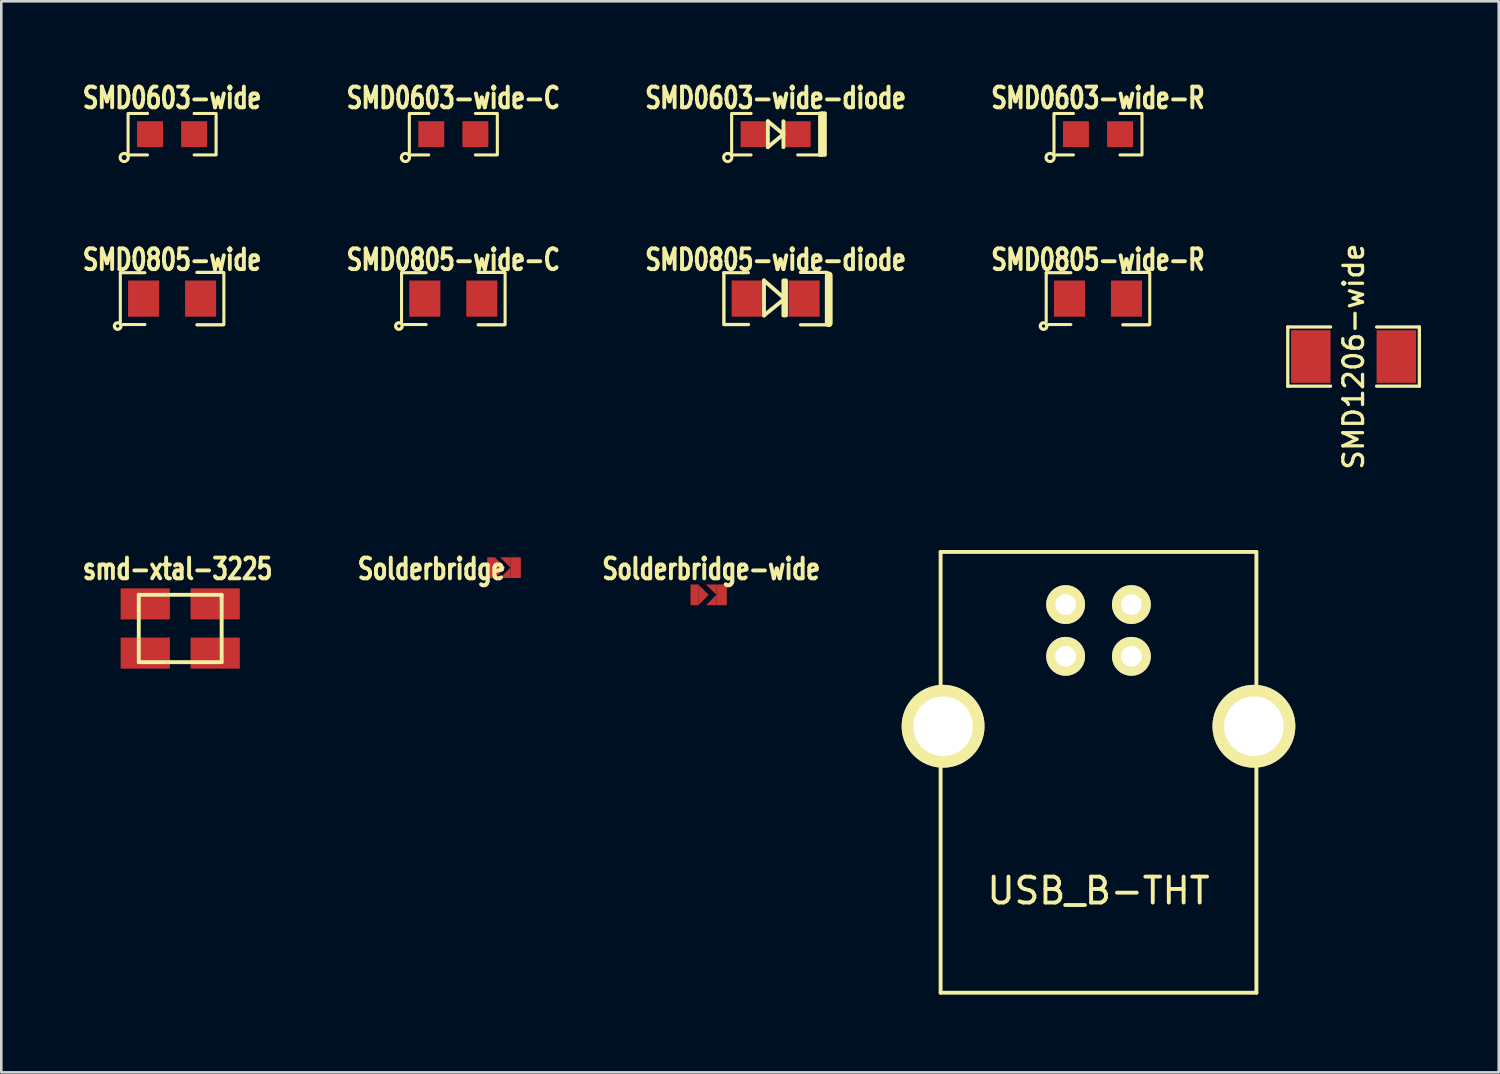
<source format=kicad_pcb>
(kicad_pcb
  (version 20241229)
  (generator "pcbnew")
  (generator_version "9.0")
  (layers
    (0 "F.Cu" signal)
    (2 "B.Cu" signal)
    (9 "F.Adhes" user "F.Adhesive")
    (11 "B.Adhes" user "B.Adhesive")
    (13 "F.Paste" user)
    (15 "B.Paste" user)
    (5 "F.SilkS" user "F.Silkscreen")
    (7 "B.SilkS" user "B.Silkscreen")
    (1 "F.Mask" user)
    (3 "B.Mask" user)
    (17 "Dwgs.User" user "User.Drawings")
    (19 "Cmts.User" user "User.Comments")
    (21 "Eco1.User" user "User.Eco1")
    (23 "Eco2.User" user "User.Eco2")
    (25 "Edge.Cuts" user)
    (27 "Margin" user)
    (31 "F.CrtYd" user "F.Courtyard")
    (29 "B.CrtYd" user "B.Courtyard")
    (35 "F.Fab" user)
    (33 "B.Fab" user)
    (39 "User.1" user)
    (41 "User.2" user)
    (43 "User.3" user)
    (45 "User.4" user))
  (footprint "SMD0603-wide-diode"
    (layer "F.Cu")
    (at 26.896 2.131)
    (property "Reference" "SMD0603-wide-diode" (at 0 -1.4 0) (layer "F.SilkS") (effects (font (size 0.8 0.6) (thickness 0.15))))
    (attr smd)
    (fp_line (start -1.702 0.8) (end -0.95 0.8) (stroke (width 0.119) (type solid)) (layer "F.SilkS"))
    (fp_line (start -1.699 -0.749) (end -1.699 0.701) (stroke (width 0.119) (type solid)) (layer "F.SilkS"))
    (fp_line (start -0.947 -0.8) (end -1.699 -0.8) (stroke (width 0.119) (type solid)) (layer "F.SilkS"))
    (fp_line (start -0.3 -0.5) (end -0.3 0.5) (stroke (width 0.15) (type solid)) (layer "F.SilkS"))
    (fp_line (start -0.3 0.5) (end 0.3 0) (stroke (width 0.15) (type solid)) (layer "F.SilkS"))
    (fp_line (start 0.3 -0.5) (end 0.3 0.5) (stroke (width 0.15) (type solid)) (layer "F.SilkS"))
    (fp_line (start 0.3 0) (end -0.3 -0.5) (stroke (width 0.15) (type solid)) (layer "F.SilkS"))
    (fp_line (start 0.851 -0.8) (end 1.651 -0.8) (stroke (width 0.119) (type solid)) (layer "F.SilkS"))
    (fp_line (start 1.651 0.8) (end 0.851 0.8) (stroke (width 0.119) (type solid)) (layer "F.SilkS"))
    (fp_line (start 1.699 -0.8) (end 1.699 0.8) (stroke (width 0.119) (type solid)) (layer "F.SilkS"))
    (fp_line (start 1.7 -0.8) (end 1.8 -0.8) (stroke (width 0.15) (type solid)) (layer "F.SilkS"))
    (fp_line (start 1.8 -0.8) (end 1.8 0.8) (stroke (width 0.15) (type solid)) (layer "F.SilkS"))
    (fp_line (start 1.8 -0.8) (end 1.9 -0.8) (stroke (width 0.15) (type solid)) (layer "F.SilkS"))
    (fp_line (start 1.8 0.8) (end 1.7 0.8) (stroke (width 0.15) (type solid)) (layer "F.SilkS"))
    (fp_line (start 1.9 -0.8) (end 1.9 0.8) (stroke (width 0.15) (type solid)) (layer "F.SilkS"))
    (fp_circle (center -1.849 0.899) (end -1.699 0.851) (stroke (width 0.119) (type solid)) (fill no) (layer "F.SilkS"))
    (pad "1" smd rect (at 0.851 0) (size 1.001 1.001) (layers "F.Cu" "F.Mask" "F.Paste"))
    (pad "2" smd rect (at -0.851 0) (size 1.001 1.001) (layers "F.Cu" "F.Mask" "F.Paste")))
  (footprint "USB_B-THT"
    (layer "F.Cu")
    (at 39.361 24.99)
    (property "Reference" "USB_B-THT" (at 0 6.35 0) (layer "F.SilkS") (effects (font (size 1 1) (thickness 0.15))))
    (attr through_hole)
    (fp_line (start -6.096 -6.731) (end -6.096 10.287) (stroke (width 0.15) (type solid)) (layer "F.SilkS"))
    (fp_line (start -6.096 10.287) (end 6.096 10.287) (stroke (width 0.15) (type solid)) (layer "F.SilkS"))
    (fp_line (start 6.096 -6.731) (end -6.096 -6.731) (stroke (width 0.15) (type solid)) (layer "F.SilkS"))
    (fp_line (start 6.096 10.287) (end 6.096 -6.731) (stroke (width 0.15) (type solid)) (layer "F.SilkS"))
    (pad "1" thru_hole circle (at 1.27 -4.699) (size 1.5 1.5) (drill 0.8) (layers "*.Cu" "*.Mask" "F.SilkS"))
    (pad "2" thru_hole circle (at -1.27 -4.699) (size 1.5 1.5) (drill 0.8) (layers "*.Cu" "*.Mask" "F.SilkS"))
    (pad "3" thru_hole circle (at -1.27 -2.7) (size 1.5 1.5) (drill 0.8) (layers "*.Cu" "*.Mask" "F.SilkS"))
    (pad "4" thru_hole circle (at 1.27 -2.7) (size 1.5 1.5) (drill 0.8) (layers "*.Cu" "*.Mask" "F.SilkS"))
    (pad "5" thru_hole circle (at -6 0) (size 3.2 3.2) (drill 2.3) (layers "*.Cu" "*.Mask" "F.SilkS"))
    (pad "5" thru_hole circle (at 6 0) (size 3.2 3.2) (drill 2.3) (layers "*.Cu" "*.Mask" "F.SilkS")))
  (footprint "smd-xtal-3225"
    (layer "F.Cu")
    (at 3.908 21.215)
    (property "Reference" "smd-xtal-3225" (at -0.1 -2.3 0) (layer "F.SilkS") (effects (font (size 0.8 0.6) (thickness 0.15))))
    (attr through_hole)
    (fp_line (start -1.6 -1.3) (end 1.6 -1.3) (stroke (width 0.15) (type solid)) (layer "F.SilkS"))
    (fp_line (start -1.6 1.3) (end -1.6 -1.3) (stroke (width 0.15) (type solid)) (layer "F.SilkS"))
    (fp_line (start 1.6 -1.3) (end 1.6 1.3) (stroke (width 0.15) (type solid)) (layer "F.SilkS"))
    (fp_line (start 1.6 1.3) (end -1.6 1.3) (stroke (width 0.15) (type solid)) (layer "F.SilkS"))
    (pad "1" smd rect (at -1.35 0.95) (size 1.9 1.2) (layers "F.Cu" "F.Mask" "F.Paste"))
    (pad "2" smd rect (at 1.35 -0.95) (size 1.9 1.2) (layers "F.Cu" "F.Mask" "F.Paste"))
    (pad "3" smd rect (at -1.35 -0.95) (size 1.9 1.2) (layers "F.Cu" "F.Mask" "F.Paste"))
    (pad "3" smd rect (at 1.35 0.95) (size 1.9 1.2) (layers "F.Cu" "F.Mask" "F.Paste")))
  (footprint "SMD0603-wide"
    (layer "F.Cu")
    (at 3.594 2.131)
    (property "Reference" "SMD0603-wide" (at 0 -1.4 0) (layer "F.SilkS") (effects (font (size 0.8 0.6) (thickness 0.15))))
    (attr smd)
    (fp_line (start -1.702 0.8) (end -0.95 0.8) (stroke (width 0.119) (type solid)) (layer "F.SilkS"))
    (fp_line (start -1.699 -0.749) (end -1.699 0.701) (stroke (width 0.119) (type solid)) (layer "F.SilkS"))
    (fp_line (start -0.947 -0.8) (end -1.699 -0.8) (stroke (width 0.119) (type solid)) (layer "F.SilkS"))
    (fp_line (start 0.851 -0.8) (end 1.651 -0.8) (stroke (width 0.119) (type solid)) (layer "F.SilkS"))
    (fp_line (start 1.651 0.8) (end 0.851 0.8) (stroke (width 0.119) (type solid)) (layer "F.SilkS"))
    (fp_line (start 1.699 -0.8) (end 1.699 0.8) (stroke (width 0.119) (type solid)) (layer "F.SilkS"))
    (fp_circle (center -1.849 0.899) (end -1.699 0.851) (stroke (width 0.119) (type solid)) (fill no) (layer "F.SilkS"))
    (pad "1" smd rect (at -0.851 0) (size 1.001 1.001) (layers "F.Cu" "F.Mask" "F.Paste"))
    (pad "2" smd rect (at 0.851 0) (size 1.001 1.001) (layers "F.Cu" "F.Mask" "F.Paste")))
  (footprint "SMD0603-wide-R"
    (layer "F.Cu")
    (at 39.341 2.131)
    (property "Reference" "SMD0603-wide-R" (at 0 -1.4 0) (layer "F.SilkS") (effects (font (size 0.8 0.6) (thickness 0.15))))
    (attr smd)
    (fp_line (start -1.702 0.8) (end -0.95 0.8) (stroke (width 0.119) (type solid)) (layer "F.SilkS"))
    (fp_line (start -1.699 -0.749) (end -1.699 0.701) (stroke (width 0.119) (type solid)) (layer "F.SilkS"))
    (fp_line (start -0.947 -0.8) (end -1.699 -0.8) (stroke (width 0.119) (type solid)) (layer "F.SilkS"))
    (fp_line (start 0.851 -0.8) (end 1.651 -0.8) (stroke (width 0.119) (type solid)) (layer "F.SilkS"))
    (fp_line (start 1.651 0.8) (end 0.851 0.8) (stroke (width 0.119) (type solid)) (layer "F.SilkS"))
    (fp_line (start 1.699 -0.8) (end 1.699 0.8) (stroke (width 0.119) (type solid)) (layer "F.SilkS"))
    (fp_circle (center -1.849 0.899) (end -1.699 0.851) (stroke (width 0.119) (type solid)) (fill no) (layer "F.SilkS"))
    (pad "1" smd rect (at -0.851 0) (size 1.001 1.001) (layers "F.Cu" "F.Mask" "F.Paste"))
    (pad "2" smd rect (at 0.851 0) (size 1.001 1.001) (layers "F.Cu" "F.Mask" "F.Paste")))
  (footprint "SMD1206-wide"
    (layer "F.Cu")
    (at 49.209 10.716)
    (property "Reference" "SMD1206-wide" (at 0 0 90) (layer "F.SilkS") (effects (font (size 0.762 0.762) (thickness 0.127))))
    (attr smd)
    (fp_line (start -2.54 -1.143) (end -2.54 1.143) (stroke (width 0.127) (type solid)) (layer "F.SilkS"))
    (fp_line (start -2.54 1.143) (end -0.889 1.143) (stroke (width 0.127) (type solid)) (layer "F.SilkS"))
    (fp_line (start -0.889 -1.143) (end -2.54 -1.143) (stroke (width 0.127) (type solid)) (layer "F.SilkS"))
    (fp_line (start 0.889 -1.143) (end 2.54 -1.143) (stroke (width 0.127) (type solid)) (layer "F.SilkS"))
    (fp_line (start 2.54 -1.143) (end 2.54 1.143) (stroke (width 0.127) (type solid)) (layer "F.SilkS"))
    (fp_line (start 2.54 1.143) (end 0.889 1.143) (stroke (width 0.127) (type solid)) (layer "F.SilkS"))
    (pad "1" smd rect (at -1.651 0) (size 1.524 2.032) (layers "F.Cu" "F.Mask" "F.Paste"))
    (pad "2" smd rect (at 1.651 0) (size 1.524 2.032) (layers "F.Cu" "F.Mask" "F.Paste")))
  (footprint "Solderbridge-wide"
    (layer "F.Cu")
    (at 24.41 19.916)
    (property "Reference" "Solderbridge-wide" (at 0 -1 0) (layer "F.SilkS") (effects (font (size 0.8 0.6) (thickness 0.15))))
    (attr through_hole)
    (fp_line (start -0.55 -0.25) (end -0.55 0) (stroke (width 0.3) (type solid)) (layer "F.Mask"))
    (fp_line (start -0.55 -0.25) (end 0.2 -0.25) (stroke (width 0.3) (type solid)) (layer "F.Mask"))
    (fp_line (start -0.55 0) (end -0.05 0) (stroke (width 0.3) (type solid)) (layer "F.Mask"))
    (fp_line (start -0.55 0.25) (end -0.55 -0.25) (stroke (width 0.3) (type solid)) (layer "F.Mask"))
    (fp_line (start 0.2 -0.25) (end 0.2 0.25) (stroke (width 0.3) (type solid)) (layer "F.Mask"))
    (fp_line (start 0.2 0.25) (end -0.55 0.25) (stroke (width 0.3) (type solid)) (layer "F.Mask"))
    (pad "1" smd rect (at -0.65 0) (size 0.3 0.8) (layers "F.Cu" "F.Mask" "F.Paste"))
    (pad "1" smd trapezoid (at -0.3 0) (size 0.4 0.4) (rect_delta 0.4 0) (layers "F.Cu" "F.Mask" "F.Paste"))
    (pad "2" smd trapezoid (at 0.1 -0.3 45) (size 0.283 0.283) (rect_delta 0.283 0) (layers "F.Cu" "F.Mask" "F.Paste"))
    (pad "2" smd trapezoid (at 0.1 0.3 315) (size 0.283 0.283) (rect_delta 0.283 0) (layers "F.Cu" "F.Mask" "F.Paste"))
    (pad "2" smd rect (at 0.4 0) (size 0.4 0.8) (layers "F.Cu" "F.Mask" "F.Paste")))
  (footprint "SMD0805-wide-C"
    (layer "F.Cu")
    (at 14.452 8.479)
    (property "Reference" "SMD0805-wide-C" (at 0 -1.501 0) (layer "F.SilkS") (effects (font (size 0.8 0.6) (thickness 0.15))))
    (attr smd)
    (fp_line (start -1.999 -1.001) (end -1.999 0.899) (stroke (width 0.119) (type solid)) (layer "F.SilkS"))
    (fp_line (start -1.25 -1.001) (end -1.999 -1.001) (stroke (width 0.119) (type solid)) (layer "F.SilkS"))
    (fp_line (start -1.25 -1.001) (end -1.049 -1.001) (stroke (width 0.119) (type solid)) (layer "F.SilkS"))
    (fp_line (start -1.25 1.001) (end -1.9 1.001) (stroke (width 0.119) (type solid)) (layer "F.SilkS"))
    (fp_line (start -1.25 1.001) (end -1.049 1.001) (stroke (width 0.119) (type solid)) (layer "F.SilkS"))
    (fp_line (start 0.958 -1.013) (end 1.974 -1.013) (stroke (width 0.127) (type solid)) (layer "F.SilkS"))
    (fp_line (start 1.976 1.011) (end 0.96 1.011) (stroke (width 0.127) (type solid)) (layer "F.SilkS"))
    (fp_line (start 1.999 -1.001) (end 1.999 1.001) (stroke (width 0.119) (type solid)) (layer "F.SilkS"))
    (fp_circle (center -2.101 1.059) (end -2.101 0.932) (stroke (width 0.127) (type solid)) (fill no) (layer "F.SilkS"))
    (pad "1" smd rect (at -1.1 0) (size 1.199 1.397) (layers "F.Cu" "F.Mask" "F.Paste"))
    (pad "2" smd rect (at 1.1 0) (size 1.199 1.397) (layers "F.Cu" "F.Mask" "F.Paste")))
  (footprint "SMD0805-wide"
    (layer "F.Cu")
    (at 3.594 8.479)
    (property "Reference" "SMD0805-wide" (at 0 -1.501 0) (layer "F.SilkS") (effects (font (size 0.8 0.6) (thickness 0.15))))
    (attr smd)
    (fp_line (start -1.999 -1.001) (end -1.999 0.899) (stroke (width 0.119) (type solid)) (layer "F.SilkS"))
    (fp_line (start -1.25 -1.001) (end -1.999 -1.001) (stroke (width 0.119) (type solid)) (layer "F.SilkS"))
    (fp_line (start -1.25 -1.001) (end -1.049 -1.001) (stroke (width 0.119) (type solid)) (layer "F.SilkS"))
    (fp_line (start -1.25 1.001) (end -1.9 1.001) (stroke (width 0.119) (type solid)) (layer "F.SilkS"))
    (fp_line (start -1.25 1.001) (end -1.049 1.001) (stroke (width 0.119) (type solid)) (layer "F.SilkS"))
    (fp_line (start 0.958 -1.013) (end 1.974 -1.013) (stroke (width 0.127) (type solid)) (layer "F.SilkS"))
    (fp_line (start 1.976 1.011) (end 0.96 1.011) (stroke (width 0.127) (type solid)) (layer "F.SilkS"))
    (fp_line (start 1.999 -1.001) (end 1.999 1.001) (stroke (width 0.119) (type solid)) (layer "F.SilkS"))
    (fp_circle (center -2.101 1.059) (end -2.101 0.932) (stroke (width 0.127) (type solid)) (fill no) (layer "F.SilkS"))
    (pad "1" smd rect (at -1.1 0) (size 1.199 1.397) (layers "F.Cu" "F.Mask" "F.Paste"))
    (pad "2" smd rect (at 1.1 0) (size 1.199 1.397) (layers "F.Cu" "F.Mask" "F.Paste")))
  (footprint "SMD0603-wide-C"
    (layer "F.Cu")
    (at 14.452 2.131)
    (property "Reference" "SMD0603-wide-C" (at 0 -1.4 0) (layer "F.SilkS") (effects (font (size 0.8 0.6) (thickness 0.15))))
    (attr smd)
    (fp_line (start -1.702 0.8) (end -0.95 0.8) (stroke (width 0.119) (type solid)) (layer "F.SilkS"))
    (fp_line (start -1.699 -0.749) (end -1.699 0.701) (stroke (width 0.119) (type solid)) (layer "F.SilkS"))
    (fp_line (start -0.947 -0.8) (end -1.699 -0.8) (stroke (width 0.119) (type solid)) (layer "F.SilkS"))
    (fp_line (start 0.851 -0.8) (end 1.651 -0.8) (stroke (width 0.119) (type solid)) (layer "F.SilkS"))
    (fp_line (start 1.651 0.8) (end 0.851 0.8) (stroke (width 0.119) (type solid)) (layer "F.SilkS"))
    (fp_line (start 1.699 -0.8) (end 1.699 0.8) (stroke (width 0.119) (type solid)) (layer "F.SilkS"))
    (fp_circle (center -1.849 0.899) (end -1.699 0.851) (stroke (width 0.119) (type solid)) (fill no) (layer "F.SilkS"))
    (pad "1" smd rect (at -0.851 0) (size 1.001 1.001) (layers "F.Cu" "F.Mask" "F.Paste"))
    (pad "2" smd rect (at 0.851 0) (size 1.001 1.001) (layers "F.Cu" "F.Mask" "F.Paste")))
  (footprint "SMD0805-wide-R"
    (layer "F.Cu")
    (at 39.341 8.479)
    (property "Reference" "SMD0805-wide-R" (at 0 -1.501 0) (layer "F.SilkS") (effects (font (size 0.8 0.6) (thickness 0.15))))
    (attr smd)
    (fp_line (start -1.999 -1.001) (end -1.999 0.899) (stroke (width 0.119) (type solid)) (layer "F.SilkS"))
    (fp_line (start -1.25 -1.001) (end -1.999 -1.001) (stroke (width 0.119) (type solid)) (layer "F.SilkS"))
    (fp_line (start -1.25 -1.001) (end -1.049 -1.001) (stroke (width 0.119) (type solid)) (layer "F.SilkS"))
    (fp_line (start -1.25 1.001) (end -1.9 1.001) (stroke (width 0.119) (type solid)) (layer "F.SilkS"))
    (fp_line (start -1.25 1.001) (end -1.049 1.001) (stroke (width 0.119) (type solid)) (layer "F.SilkS"))
    (fp_line (start 0.958 -1.013) (end 1.974 -1.013) (stroke (width 0.127) (type solid)) (layer "F.SilkS"))
    (fp_line (start 1.976 1.011) (end 0.96 1.011) (stroke (width 0.127) (type solid)) (layer "F.SilkS"))
    (fp_line (start 1.999 -1.001) (end 1.999 1.001) (stroke (width 0.119) (type solid)) (layer "F.SilkS"))
    (fp_circle (center -2.101 1.059) (end -2.101 0.932) (stroke (width 0.127) (type solid)) (fill no) (layer "F.SilkS"))
    (pad "1" smd rect (at -1.1 0) (size 1.199 1.397) (layers "F.Cu" "F.Mask" "F.Paste"))
    (pad "2" smd rect (at 1.1 0) (size 1.199 1.397) (layers "F.Cu" "F.Mask" "F.Paste")))
  (footprint "SMD0805-wide-diode"
    (layer "F.Cu")
    (at 26.896 8.479)
    (property "Reference" "SMD0805-wide-diode" (at 0 -1.501 0) (layer "F.SilkS") (effects (font (size 0.8 0.6) (thickness 0.15))))
    (attr smd)
    (fp_line (start -1.999 -1.001) (end -1.999 1.001) (stroke (width 0.13) (type solid)) (layer "F.SilkS"))
    (fp_line (start -1.25 -1.001) (end -1.999 -1.001) (stroke (width 0.119) (type solid)) (layer "F.SilkS"))
    (fp_line (start -1.25 -1.001) (end -1.049 -1.001) (stroke (width 0.119) (type solid)) (layer "F.SilkS"))
    (fp_line (start -1.049 1.001) (end -1.951 1.001) (stroke (width 0.13) (type solid)) (layer "F.SilkS"))
    (fp_line (start -0.45 -0.7) (end 0.35 0) (stroke (width 0.15) (type solid)) (layer "F.SilkS"))
    (fp_line (start -0.45 0.65) (end -0.45 -0.7) (stroke (width 0.15) (type solid)) (layer "F.SilkS"))
    (fp_line (start 0.3 -0.7) (end 0.3 0.65) (stroke (width 0.15) (type solid)) (layer "F.SilkS"))
    (fp_line (start 0.35 -0.7) (end 0.35 0.65) (stroke (width 0.15) (type solid)) (layer "F.SilkS"))
    (fp_line (start 0.35 0) (end -0.45 0.65) (stroke (width 0.15) (type solid)) (layer "F.SilkS"))
    (fp_line (start 0.4 -0.7) (end 0.4 0.65) (stroke (width 0.15) (type solid)) (layer "F.SilkS"))
    (fp_line (start 0.958 -1.013) (end 1.974 -1.013) (stroke (width 0.127) (type solid)) (layer "F.SilkS"))
    (fp_line (start 1.976 1.011) (end 0.96 1.011) (stroke (width 0.127) (type solid)) (layer "F.SilkS"))
    (fp_line (start 2.05 -0.899) (end 2.05 0.95) (stroke (width 0.3) (type solid)) (layer "F.SilkS"))
    (pad "1" smd rect (at -1.1 0) (size 1.199 1.397) (layers "F.Cu" "F.Mask" "F.Paste"))
    (pad "2" smd rect (at 1.1 0) (size 1.199 1.397) (layers "F.Cu" "F.Mask" "F.Paste")))
  (footprint "Solderbridge"
    (layer "F.Cu")
    (at 16.459 18.866)
    (property "Reference" "Solderbridge" (at -2.85 0.05 180) (layer "F.SilkS") (effects (font (size 0.8 0.6) (thickness 0.15))))
    (attr through_hole)
    (fp_line (start -0.6 -0.3) (end 0.5 -0.3) (stroke (width 0.2) (type solid)) (layer "F.Mask"))
    (fp_line (start -0.6 -0.1) (end 0.4 -0.1) (stroke (width 0.3) (type solid)) (layer "F.Mask"))
    (fp_line (start -0.6 0.1) (end 0.4 0.1) (stroke (width 0.3) (type solid)) (layer "F.Mask"))
    (fp_line (start -0.6 0.3) (end -0.6 -0.3) (stroke (width 0.2) (type solid)) (layer "F.Mask"))
    (fp_line (start 0.5 -0.3) (end 0.5 0.3) (stroke (width 0.2) (type solid)) (layer "F.Mask"))
    (fp_line (start 0.5 0.3) (end -0.6 0.3) (stroke (width 0.2) (type solid)) (layer "F.Mask"))
    (pad "1" smd rect (at -0.55 0) (size 0.3 0.8) (layers "F.Cu" "F.Mask" "F.Paste"))
    (pad "1" smd trapezoid (at -0.2 0) (size 0.4 0.4) (rect_delta 0.4 0) (layers "F.Cu" "F.Mask" "F.Paste"))
    (pad "2" smd trapezoid (at 0.1 -0.3 45) (size 0.283 0.283) (rect_delta 0.283 0) (layers "F.Cu" "F.Mask" "F.Paste"))
    (pad "2" smd trapezoid (at 0.1 0.3 315) (size 0.283 0.283) (rect_delta 0.283 0) (layers "F.Cu" "F.Mask" "F.Paste"))
    (pad "2" smd rect (at 0.4 0) (size 0.4 0.8) (layers "F.Cu" "F.Mask" "F.Paste")))
  (gr_rect
    (start -3 -3)
    (end 54.813 38.352)
    (stroke (width 0.1) (type default))
    (fill no)
    (layer "Edge.Cuts")))
</source>
